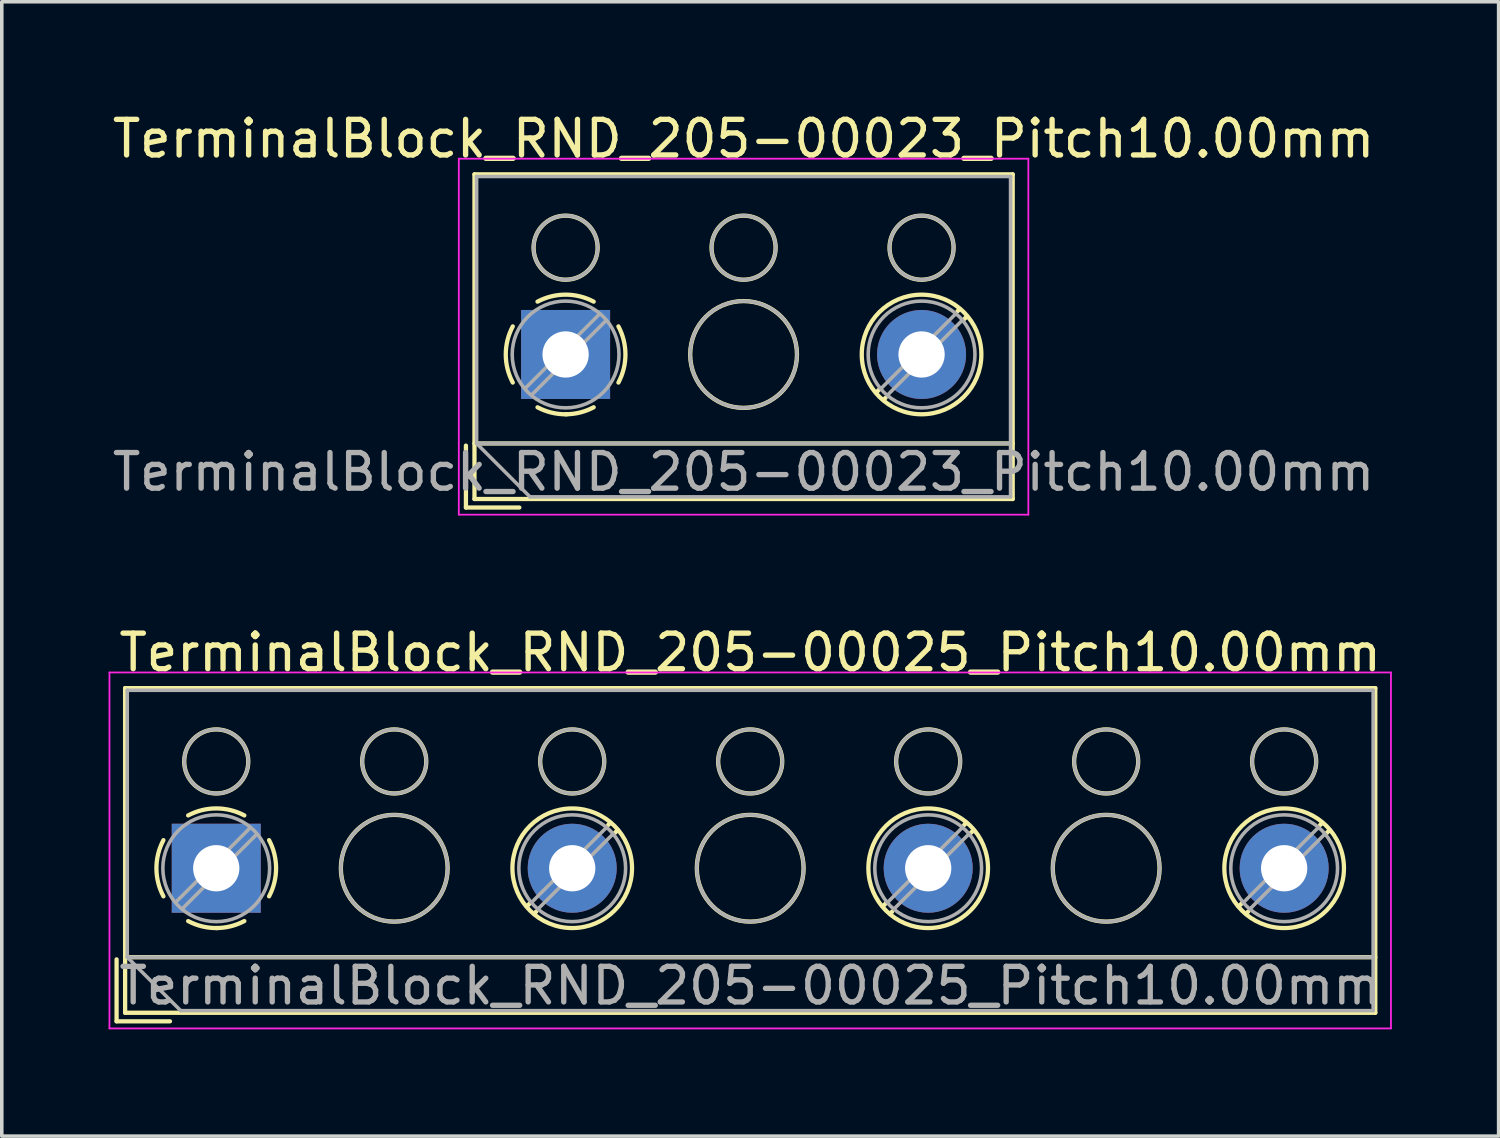
<source format=kicad_pcb>
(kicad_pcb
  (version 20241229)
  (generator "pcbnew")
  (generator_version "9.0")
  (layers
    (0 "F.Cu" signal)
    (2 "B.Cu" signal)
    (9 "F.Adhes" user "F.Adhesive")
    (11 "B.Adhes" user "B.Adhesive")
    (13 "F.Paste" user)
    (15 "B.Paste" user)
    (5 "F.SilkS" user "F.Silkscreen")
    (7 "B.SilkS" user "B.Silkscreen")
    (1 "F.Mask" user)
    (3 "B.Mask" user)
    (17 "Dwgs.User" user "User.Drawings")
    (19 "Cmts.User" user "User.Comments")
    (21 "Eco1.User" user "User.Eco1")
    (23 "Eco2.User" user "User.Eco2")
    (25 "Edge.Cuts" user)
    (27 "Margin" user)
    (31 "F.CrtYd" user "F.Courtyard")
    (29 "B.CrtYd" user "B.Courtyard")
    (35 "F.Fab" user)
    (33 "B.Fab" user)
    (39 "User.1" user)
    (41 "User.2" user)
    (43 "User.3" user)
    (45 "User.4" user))
  (footprint "TerminalBlock_RND_205-00023_Pitch10.00mm"
    (layer "F.Cu")
    (at 12.839 6.908)
    (property "Reference" "TerminalBlock_RND_205-00023_Pitch10.00mm" (at 5 -6.06 0) (layer "F.SilkS") (effects (font (size 1 1) (thickness 0.15))))
    (attr through_hole)
    (fp_line (start -2.8 2.56) (end -2.8 4.3) (stroke (width 0.12) (type solid)) (layer "F.SilkS"))
    (fp_line (start -2.8 4.3) (end -1.3 4.3) (stroke (width 0.12) (type solid)) (layer "F.SilkS"))
    (fp_line (start -2.56 -5.06) (end -2.56 4.06) (stroke (width 0.12) (type solid)) (layer "F.SilkS"))
    (fp_line (start -2.56 2.5) (end 12.56 2.5) (stroke (width 0.12) (type solid)) (layer "F.SilkS"))
    (fp_line (start -2.56 4.06) (end 12.56 4.06) (stroke (width 0.12) (type solid)) (layer "F.SilkS"))
    (fp_line (start 8.82 0.976) (end 8.726 1.069) (stroke (width 0.12) (type solid)) (layer "F.SilkS"))
    (fp_line (start 8.99 1.216) (end 8.931 1.274) (stroke (width 0.12) (type solid)) (layer "F.SilkS"))
    (fp_line (start 11.07 -1.275) (end 11.011 -1.216) (stroke (width 0.12) (type solid)) (layer "F.SilkS"))
    (fp_line (start 11.275 -1.069) (end 11.181 -0.976) (stroke (width 0.12) (type solid)) (layer "F.SilkS"))
    (fp_line (start 12.56 -5.06) (end -2.56 -5.06) (stroke (width 0.12) (type solid)) (layer "F.SilkS"))
    (fp_line (start 12.56 4.06) (end 12.56 -5.06) (stroke (width 0.12) (type solid)) (layer "F.SilkS"))
    (fp_arc (start -1.483953 0.789089) (mid -1.680708 0.00005) (end -1.484 -0.789) (stroke (width 0.12) (type solid)) (layer "F.SilkS"))
    (fp_arc (start -0.789089 -1.483953) (mid -0.00005 -1.680708) (end 0.789 -1.484) (stroke (width 0.12) (type solid)) (layer "F.SilkS"))
    (fp_arc (start 0.029383 1.68045) (mid -0.392304 1.634281) (end -0.789 1.484) (stroke (width 0.12) (type solid)) (layer "F.SilkS"))
    (fp_arc (start 0.788712 1.483352) (mid 0.406429 1.630097) (end 0 1.68) (stroke (width 0.12) (type solid)) (layer "F.SilkS"))
    (fp_arc (start 1.483953 -0.789089) (mid 1.680708 -0.00005) (end 1.484 0.789) (stroke (width 0.12) (type solid)) (layer "F.SilkS"))
    (fp_circle (center 0 -3) (end 0.9 -3) (stroke (width 0.12) (type solid)) (fill no) (layer "F.SilkS"))
    (fp_circle (center 5 -3) (end 5.9 -3) (stroke (width 0.12) (type solid)) (fill no) (layer "F.SilkS"))
    (fp_circle (center 5 0) (end 6.5 0) (stroke (width 0.12) (type solid)) (fill no) (layer "F.SilkS"))
    (fp_circle (center 10 -3) (end 10.9 -3) (stroke (width 0.12) (type solid)) (fill no) (layer "F.SilkS"))
    (fp_circle (center 10 0) (end 11.68 0) (stroke (width 0.12) (type solid)) (fill no) (layer "F.SilkS"))
    (fp_line (start -3 -5.5) (end -3 4.5) (stroke (width 0.05) (type solid)) (layer "F.CrtYd"))
    (fp_line (start -3 4.5) (end 13 4.5) (stroke (width 0.05) (type solid)) (layer "F.CrtYd"))
    (fp_line (start 13 -5.5) (end -3 -5.5) (stroke (width 0.05) (type solid)) (layer "F.CrtYd"))
    (fp_line (start 13 4.5) (end 13 -5.5) (stroke (width 0.05) (type solid)) (layer "F.CrtYd"))
    (fp_line (start -2.5 -5) (end 12.5 -5) (stroke (width 0.1) (type solid)) (layer "F.Fab"))
    (fp_line (start -2.5 2.5) (end -2.5 -5) (stroke (width 0.1) (type solid)) (layer "F.Fab"))
    (fp_line (start -2.5 2.5) (end 12.5 2.5) (stroke (width 0.1) (type solid)) (layer "F.Fab"))
    (fp_line (start -1 4) (end -2.5 2.5) (stroke (width 0.1) (type solid)) (layer "F.Fab"))
    (fp_line (start 0.955 -1.138) (end -1.138 0.955) (stroke (width 0.1) (type solid)) (layer "F.Fab"))
    (fp_line (start 1.138 -0.955) (end -0.955 1.138) (stroke (width 0.1) (type solid)) (layer "F.Fab"))
    (fp_line (start 10.955 -1.138) (end 8.863 0.955) (stroke (width 0.1) (type solid)) (layer "F.Fab"))
    (fp_line (start 11.138 -0.955) (end 9.046 1.138) (stroke (width 0.1) (type solid)) (layer "F.Fab"))
    (fp_line (start 12.5 -5) (end 12.5 4) (stroke (width 0.1) (type solid)) (layer "F.Fab"))
    (fp_line (start 12.5 4) (end -1 4) (stroke (width 0.1) (type solid)) (layer "F.Fab"))
    (fp_circle (center 0 -3) (end 0.9 -3) (stroke (width 0.1) (type solid)) (fill no) (layer "F.Fab"))
    (fp_circle (center 0 0) (end 1.5 0) (stroke (width 0.1) (type solid)) (fill no) (layer "F.Fab"))
    (fp_circle (center 5 -3) (end 5.9 -3) (stroke (width 0.1) (type solid)) (fill no) (layer "F.Fab"))
    (fp_circle (center 5 0) (end 6.5 0) (stroke (width 0.1) (type solid)) (fill no) (layer "F.Fab"))
    (fp_circle (center 10 -3) (end 10.9 -3) (stroke (width 0.1) (type solid)) (fill no) (layer "F.Fab"))
    (fp_circle (center 10 0) (end 11.5 0) (stroke (width 0.1) (type solid)) (fill no) (layer "F.Fab"))
    (fp_text user "${REFERENCE}" (at 5 3.3 0) (layer "F.Fab") (effects (font (size 1 1) (thickness 0.15))))
    (pad "1" thru_hole rect (at 0 0) (size 2.5 2.5) (drill 1.3) (layers "*.Cu" "*.Mask"))
    (pad "2" thru_hole circle (at 10 0) (size 2.5 2.5) (drill 1.3) (layers "*.Cu" "*.Mask")))
  (footprint "TerminalBlock_RND_205-00025_Pitch10.00mm"
    (layer "F.Cu")
    (at 3.025 21.341)
    (property "Reference" "TerminalBlock_RND_205-00025_Pitch10.00mm" (at 15 -6.06 0) (layer "F.SilkS") (effects (font (size 1 1) (thickness 0.15))))
    (attr through_hole)
    (fp_line (start -2.8 2.56) (end -2.8 4.3) (stroke (width 0.12) (type solid)) (layer "F.SilkS"))
    (fp_line (start -2.8 4.3) (end -1.3 4.3) (stroke (width 0.12) (type solid)) (layer "F.SilkS"))
    (fp_line (start -2.56 -5.06) (end -2.56 4.06) (stroke (width 0.12) (type solid)) (layer "F.SilkS"))
    (fp_line (start -2.56 2.5) (end 32.56 2.5) (stroke (width 0.12) (type solid)) (layer "F.SilkS"))
    (fp_line (start -2.56 4.06) (end 32.56 4.06) (stroke (width 0.12) (type solid)) (layer "F.SilkS"))
    (fp_line (start 8.82 0.976) (end 8.726 1.069) (stroke (width 0.12) (type solid)) (layer "F.SilkS"))
    (fp_line (start 8.99 1.216) (end 8.931 1.274) (stroke (width 0.12) (type solid)) (layer "F.SilkS"))
    (fp_line (start 11.07 -1.275) (end 11.011 -1.216) (stroke (width 0.12) (type solid)) (layer "F.SilkS"))
    (fp_line (start 11.275 -1.069) (end 11.181 -0.976) (stroke (width 0.12) (type solid)) (layer "F.SilkS"))
    (fp_line (start 18.82 0.976) (end 18.726 1.069) (stroke (width 0.12) (type solid)) (layer "F.SilkS"))
    (fp_line (start 18.99 1.216) (end 18.931 1.274) (stroke (width 0.12) (type solid)) (layer "F.SilkS"))
    (fp_line (start 21.07 -1.275) (end 21.011 -1.216) (stroke (width 0.12) (type solid)) (layer "F.SilkS"))
    (fp_line (start 21.275 -1.069) (end 21.181 -0.976) (stroke (width 0.12) (type solid)) (layer "F.SilkS"))
    (fp_line (start 28.82 0.976) (end 28.726 1.069) (stroke (width 0.12) (type solid)) (layer "F.SilkS"))
    (fp_line (start 28.99 1.216) (end 28.931 1.274) (stroke (width 0.12) (type solid)) (layer "F.SilkS"))
    (fp_line (start 31.07 -1.275) (end 31.011 -1.216) (stroke (width 0.12) (type solid)) (layer "F.SilkS"))
    (fp_line (start 31.275 -1.069) (end 31.181 -0.976) (stroke (width 0.12) (type solid)) (layer "F.SilkS"))
    (fp_line (start 32.56 -5.06) (end -2.56 -5.06) (stroke (width 0.12) (type solid)) (layer "F.SilkS"))
    (fp_line (start 32.56 4.06) (end 32.56 -5.06) (stroke (width 0.12) (type solid)) (layer "F.SilkS"))
    (fp_arc (start -1.483953 0.789089) (mid -1.680708 0.00005) (end -1.484 -0.789) (stroke (width 0.12) (type solid)) (layer "F.SilkS"))
    (fp_arc (start -0.789089 -1.483953) (mid -0.00005 -1.680708) (end 0.789 -1.484) (stroke (width 0.12) (type solid)) (layer "F.SilkS"))
    (fp_arc (start 0.029383 1.68045) (mid -0.392304 1.634281) (end -0.789 1.484) (stroke (width 0.12) (type solid)) (layer "F.SilkS"))
    (fp_arc (start 0.788712 1.483352) (mid 0.406429 1.630097) (end 0 1.68) (stroke (width 0.12) (type solid)) (layer "F.SilkS"))
    (fp_arc (start 1.483953 -0.789089) (mid 1.680708 -0.00005) (end 1.484 0.789) (stroke (width 0.12) (type solid)) (layer "F.SilkS"))
    (fp_circle (center 0 -3) (end 0.9 -3) (stroke (width 0.12) (type solid)) (fill no) (layer "F.SilkS"))
    (fp_circle (center 5 -3) (end 5.9 -3) (stroke (width 0.12) (type solid)) (fill no) (layer "F.SilkS"))
    (fp_circle (center 5 0) (end 6.5 0) (stroke (width 0.12) (type solid)) (fill no) (layer "F.SilkS"))
    (fp_circle (center 10 -3) (end 10.9 -3) (stroke (width 0.12) (type solid)) (fill no) (layer "F.SilkS"))
    (fp_circle (center 10 0) (end 11.68 0) (stroke (width 0.12) (type solid)) (fill no) (layer "F.SilkS"))
    (fp_circle (center 15 -3) (end 15.9 -3) (stroke (width 0.12) (type solid)) (fill no) (layer "F.SilkS"))
    (fp_circle (center 15 0) (end 16.5 0) (stroke (width 0.12) (type solid)) (fill no) (layer "F.SilkS"))
    (fp_circle (center 20 -3) (end 20.9 -3) (stroke (width 0.12) (type solid)) (fill no) (layer "F.SilkS"))
    (fp_circle (center 20 0) (end 21.68 0) (stroke (width 0.12) (type solid)) (fill no) (layer "F.SilkS"))
    (fp_circle (center 25 -3) (end 25.9 -3) (stroke (width 0.12) (type solid)) (fill no) (layer "F.SilkS"))
    (fp_circle (center 25 0) (end 26.5 0) (stroke (width 0.12) (type solid)) (fill no) (layer "F.SilkS"))
    (fp_circle (center 30 -3) (end 30.9 -3) (stroke (width 0.12) (type solid)) (fill no) (layer "F.SilkS"))
    (fp_circle (center 30 0) (end 31.68 0) (stroke (width 0.12) (type solid)) (fill no) (layer "F.SilkS"))
    (fp_line (start -3 -5.5) (end -3 4.5) (stroke (width 0.05) (type solid)) (layer "F.CrtYd"))
    (fp_line (start -3 4.5) (end 33 4.5) (stroke (width 0.05) (type solid)) (layer "F.CrtYd"))
    (fp_line (start 33 -5.5) (end -3 -5.5) (stroke (width 0.05) (type solid)) (layer "F.CrtYd"))
    (fp_line (start 33 4.5) (end 33 -5.5) (stroke (width 0.05) (type solid)) (layer "F.CrtYd"))
    (fp_line (start -2.5 -5) (end 32.5 -5) (stroke (width 0.1) (type solid)) (layer "F.Fab"))
    (fp_line (start -2.5 2.5) (end -2.5 -5) (stroke (width 0.1) (type solid)) (layer "F.Fab"))
    (fp_line (start -2.5 2.5) (end 32.5 2.5) (stroke (width 0.1) (type solid)) (layer "F.Fab"))
    (fp_line (start -1 4) (end -2.5 2.5) (stroke (width 0.1) (type solid)) (layer "F.Fab"))
    (fp_line (start 0.955 -1.138) (end -1.138 0.955) (stroke (width 0.1) (type solid)) (layer "F.Fab"))
    (fp_line (start 1.138 -0.955) (end -0.955 1.138) (stroke (width 0.1) (type solid)) (layer "F.Fab"))
    (fp_line (start 10.955 -1.138) (end 8.863 0.955) (stroke (width 0.1) (type solid)) (layer "F.Fab"))
    (fp_line (start 11.138 -0.955) (end 9.046 1.138) (stroke (width 0.1) (type solid)) (layer "F.Fab"))
    (fp_line (start 20.955 -1.138) (end 18.863 0.955) (stroke (width 0.1) (type solid)) (layer "F.Fab"))
    (fp_line (start 21.138 -0.955) (end 19.046 1.138) (stroke (width 0.1) (type solid)) (layer "F.Fab"))
    (fp_line (start 30.955 -1.138) (end 28.863 0.955) (stroke (width 0.1) (type solid)) (layer "F.Fab"))
    (fp_line (start 31.138 -0.955) (end 29.046 1.138) (stroke (width 0.1) (type solid)) (layer "F.Fab"))
    (fp_line (start 32.5 -5) (end 32.5 4) (stroke (width 0.1) (type solid)) (layer "F.Fab"))
    (fp_line (start 32.5 4) (end -1 4) (stroke (width 0.1) (type solid)) (layer "F.Fab"))
    (fp_circle (center 0 -3) (end 0.9 -3) (stroke (width 0.1) (type solid)) (fill no) (layer "F.Fab"))
    (fp_circle (center 0 0) (end 1.5 0) (stroke (width 0.1) (type solid)) (fill no) (layer "F.Fab"))
    (fp_circle (center 5 -3) (end 5.9 -3) (stroke (width 0.1) (type solid)) (fill no) (layer "F.Fab"))
    (fp_circle (center 5 0) (end 6.5 0) (stroke (width 0.1) (type solid)) (fill no) (layer "F.Fab"))
    (fp_circle (center 10 -3) (end 10.9 -3) (stroke (width 0.1) (type solid)) (fill no) (layer "F.Fab"))
    (fp_circle (center 10 0) (end 11.5 0) (stroke (width 0.1) (type solid)) (fill no) (layer "F.Fab"))
    (fp_circle (center 15 -3) (end 15.9 -3) (stroke (width 0.1) (type solid)) (fill no) (layer "F.Fab"))
    (fp_circle (center 15 0) (end 16.5 0) (stroke (width 0.1) (type solid)) (fill no) (layer "F.Fab"))
    (fp_circle (center 20 -3) (end 20.9 -3) (stroke (width 0.1) (type solid)) (fill no) (layer "F.Fab"))
    (fp_circle (center 20 0) (end 21.5 0) (stroke (width 0.1) (type solid)) (fill no) (layer "F.Fab"))
    (fp_circle (center 25 -3) (end 25.9 -3) (stroke (width 0.1) (type solid)) (fill no) (layer "F.Fab"))
    (fp_circle (center 25 0) (end 26.5 0) (stroke (width 0.1) (type solid)) (fill no) (layer "F.Fab"))
    (fp_circle (center 30 -3) (end 30.9 -3) (stroke (width 0.1) (type solid)) (fill no) (layer "F.Fab"))
    (fp_circle (center 30 0) (end 31.5 0) (stroke (width 0.1) (type solid)) (fill no) (layer "F.Fab"))
    (fp_text user "${REFERENCE}" (at 15 3.3 0) (layer "F.Fab") (effects (font (size 1 1) (thickness 0.15))))
    (pad "1" thru_hole rect (at 0 0) (size 2.5 2.5) (drill 1.3) (layers "*.Cu" "*.Mask"))
    (pad "2" thru_hole circle (at 10 0) (size 2.5 2.5) (drill 1.3) (layers "*.Cu" "*.Mask"))
    (pad "3" thru_hole circle (at 20 0) (size 2.5 2.5) (drill 1.3) (layers "*.Cu" "*.Mask"))
    (pad "4" thru_hole circle (at 30 0) (size 2.5 2.5) (drill 1.3) (layers "*.Cu" "*.Mask")))
  (gr_rect
    (start -3 -3)
    (end 39.05 28.866)
    (stroke (width 0.1) (type default))
    (fill no)
    (layer "Edge.Cuts")))
</source>
